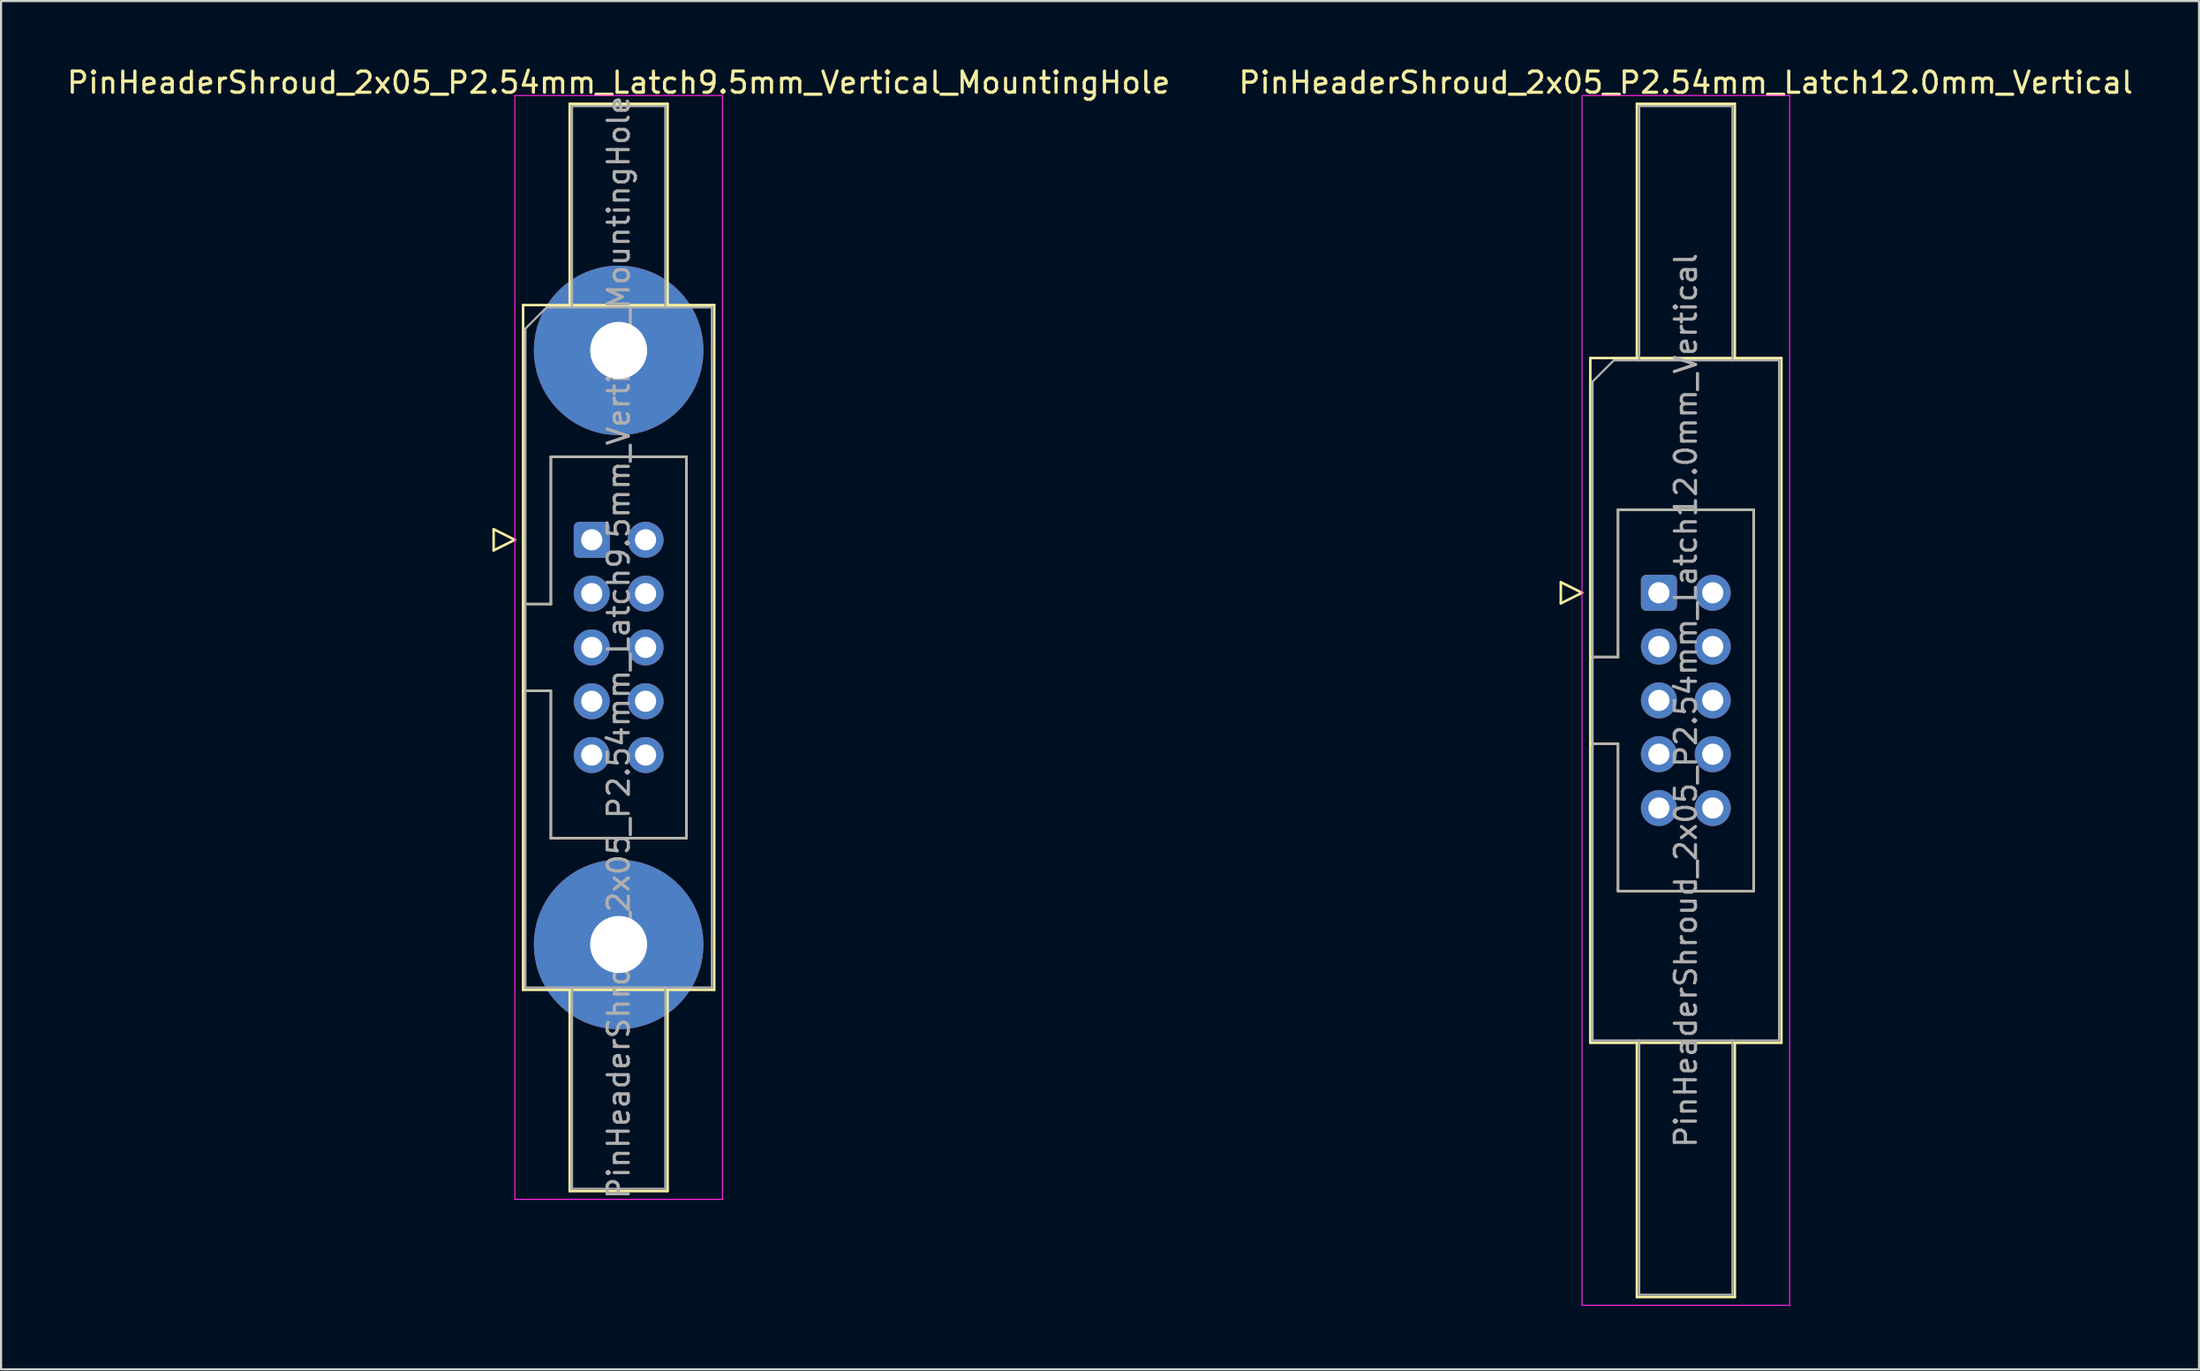
<source format=kicad_pcb>
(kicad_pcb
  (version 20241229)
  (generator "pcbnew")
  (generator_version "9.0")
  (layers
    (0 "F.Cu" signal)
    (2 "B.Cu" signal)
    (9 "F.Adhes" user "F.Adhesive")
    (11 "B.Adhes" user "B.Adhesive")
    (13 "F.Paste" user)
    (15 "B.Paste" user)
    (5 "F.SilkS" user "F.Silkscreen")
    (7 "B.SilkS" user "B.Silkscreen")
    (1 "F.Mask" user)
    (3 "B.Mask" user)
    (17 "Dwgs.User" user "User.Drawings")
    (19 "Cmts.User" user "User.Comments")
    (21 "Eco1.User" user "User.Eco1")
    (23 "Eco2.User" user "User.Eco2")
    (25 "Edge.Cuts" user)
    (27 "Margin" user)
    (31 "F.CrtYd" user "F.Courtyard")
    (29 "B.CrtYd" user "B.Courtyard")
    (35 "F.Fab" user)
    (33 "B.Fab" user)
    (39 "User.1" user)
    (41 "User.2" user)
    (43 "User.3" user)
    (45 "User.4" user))
  (footprint "PinHeaderShroud_2x05_P2.54mm_Latch9.5mm_Vertical_MountingHole"
    (layer "F.Cu")
    (at 24.879 22.428)
    (property "Reference" "PinHeaderShroud_2x05_P2.54mm_Latch9.5mm_Vertical_MountingHole" (at 1.27 -21.58 0) (layer "F.SilkS") (effects (font (size 1 1) (thickness 0.15))))
    (attr through_hole)
    (fp_line (start -4.63 -0.5) (end -4.63 0.5) (stroke (width 0.12) (type solid)) (layer "F.SilkS"))
    (fp_line (start -4.63 0.5) (end -3.63 0) (stroke (width 0.12) (type solid)) (layer "F.SilkS"))
    (fp_line (start -3.63 0) (end -4.63 -0.5) (stroke (width 0.12) (type solid)) (layer "F.SilkS"))
    (fp_line (start -3.24 -11.08) (end 5.78 -11.08) (stroke (width 0.12) (type solid)) (layer "F.SilkS"))
    (fp_line (start -3.24 3.03) (end -1.93 3.03) (stroke (width 0.12) (type solid)) (layer "F.SilkS"))
    (fp_line (start -3.24 7.13) (end -1.93 7.13) (stroke (width 0.12) (type solid)) (layer "F.SilkS"))
    (fp_line (start -3.24 21.24) (end -3.24 -11.08) (stroke (width 0.12) (type solid)) (layer "F.SilkS"))
    (fp_line (start -1.93 -3.92) (end 4.47 -3.92) (stroke (width 0.12) (type solid)) (layer "F.SilkS"))
    (fp_line (start -1.93 3.03) (end -1.93 -3.92) (stroke (width 0.12) (type solid)) (layer "F.SilkS"))
    (fp_line (start -1.93 14.08) (end -1.93 7.13) (stroke (width 0.12) (type solid)) (layer "F.SilkS"))
    (fp_line (start -1.04 -20.58) (end 3.58 -20.58) (stroke (width 0.12) (type solid)) (layer "F.SilkS"))
    (fp_line (start -1.04 -11.08) (end -1.04 -20.58) (stroke (width 0.12) (type solid)) (layer "F.SilkS"))
    (fp_line (start -1.04 21.24) (end -1.04 30.74) (stroke (width 0.12) (type solid)) (layer "F.SilkS"))
    (fp_line (start -1.04 30.74) (end 3.58 30.74) (stroke (width 0.12) (type solid)) (layer "F.SilkS"))
    (fp_line (start 3.58 -20.58) (end 3.58 -11.08) (stroke (width 0.12) (type solid)) (layer "F.SilkS"))
    (fp_line (start 3.58 30.74) (end 3.58 21.24) (stroke (width 0.12) (type solid)) (layer "F.SilkS"))
    (fp_line (start 4.47 -3.92) (end 4.47 14.08) (stroke (width 0.12) (type solid)) (layer "F.SilkS"))
    (fp_line (start 4.47 14.08) (end -1.93 14.08) (stroke (width 0.12) (type solid)) (layer "F.SilkS"))
    (fp_line (start 5.78 -11.08) (end 5.78 21.24) (stroke (width 0.12) (type solid)) (layer "F.SilkS"))
    (fp_line (start 5.78 21.24) (end -3.24 21.24) (stroke (width 0.12) (type solid)) (layer "F.SilkS"))
    (fp_line (start -3.63 -20.97) (end -3.63 31.13) (stroke (width 0.05) (type solid)) (layer "F.CrtYd"))
    (fp_line (start -3.63 31.13) (end 6.17 31.13) (stroke (width 0.05) (type solid)) (layer "F.CrtYd"))
    (fp_line (start 6.17 -20.97) (end -3.63 -20.97) (stroke (width 0.05) (type solid)) (layer "F.CrtYd"))
    (fp_line (start 6.17 31.13) (end 6.17 -20.97) (stroke (width 0.05) (type solid)) (layer "F.CrtYd"))
    (fp_line (start -3.13 -9.97) (end -2.13 -10.97) (stroke (width 0.1) (type solid)) (layer "F.Fab"))
    (fp_line (start -3.13 3.03) (end -1.93 3.03) (stroke (width 0.1) (type solid)) (layer "F.Fab"))
    (fp_line (start -3.13 7.13) (end -1.93 7.13) (stroke (width 0.1) (type solid)) (layer "F.Fab"))
    (fp_line (start -3.13 21.13) (end -3.13 -9.97) (stroke (width 0.1) (type solid)) (layer "F.Fab"))
    (fp_line (start -2.13 -10.97) (end 5.67 -10.97) (stroke (width 0.1) (type solid)) (layer "F.Fab"))
    (fp_line (start -1.93 -3.92) (end 4.47 -3.92) (stroke (width 0.1) (type solid)) (layer "F.Fab"))
    (fp_line (start -1.93 3.03) (end -1.93 -3.92) (stroke (width 0.1) (type solid)) (layer "F.Fab"))
    (fp_line (start -1.93 14.08) (end -1.93 7.13) (stroke (width 0.1) (type solid)) (layer "F.Fab"))
    (fp_line (start -0.93 -20.47) (end 3.47 -20.47) (stroke (width 0.1) (type solid)) (layer "F.Fab"))
    (fp_line (start -0.93 -10.97) (end -0.93 -20.47) (stroke (width 0.1) (type solid)) (layer "F.Fab"))
    (fp_line (start -0.93 21.13) (end -0.93 30.63) (stroke (width 0.1) (type solid)) (layer "F.Fab"))
    (fp_line (start -0.93 30.63) (end 3.47 30.63) (stroke (width 0.1) (type solid)) (layer "F.Fab"))
    (fp_line (start 3.47 -20.47) (end 3.47 -10.97) (stroke (width 0.1) (type solid)) (layer "F.Fab"))
    (fp_line (start 3.47 30.63) (end 3.47 21.13) (stroke (width 0.1) (type solid)) (layer "F.Fab"))
    (fp_line (start 4.47 -3.92) (end 4.47 14.08) (stroke (width 0.1) (type solid)) (layer "F.Fab"))
    (fp_line (start 4.47 14.08) (end -1.93 14.08) (stroke (width 0.1) (type solid)) (layer "F.Fab"))
    (fp_line (start 5.67 -10.97) (end 5.67 21.13) (stroke (width 0.1) (type solid)) (layer "F.Fab"))
    (fp_line (start 5.67 21.13) (end -3.13 21.13) (stroke (width 0.1) (type solid)) (layer "F.Fab"))
    (fp_text user "${REFERENCE}" (at 1.27 5.08 90) (layer "F.Fab") (effects (font (size 1 1) (thickness 0.15))))
    (pad "" thru_hole circle (at 1.27 -8.94) (size 8 8) (drill 2.69) (layers "*.Cu" "*.Mask"))
    (pad "" thru_hole circle (at 1.27 19.1) (size 8 8) (drill 2.69) (layers "*.Cu" "*.Mask"))
    (pad "1" thru_hole roundrect (at 0 0) (size 1.7 1.7) (drill 1) (layers "*.Cu" "*.Mask") (roundrect_rratio 0.147))
    (pad "2" thru_hole circle (at 2.54 0) (size 1.7 1.7) (drill 1) (layers "*.Cu" "*.Mask"))
    (pad "3" thru_hole circle (at 0 2.54) (size 1.7 1.7) (drill 1) (layers "*.Cu" "*.Mask"))
    (pad "4" thru_hole circle (at 2.54 2.54) (size 1.7 1.7) (drill 1) (layers "*.Cu" "*.Mask"))
    (pad "5" thru_hole circle (at 0 5.08) (size 1.7 1.7) (drill 1) (layers "*.Cu" "*.Mask"))
    (pad "6" thru_hole circle (at 2.54 5.08) (size 1.7 1.7) (drill 1) (layers "*.Cu" "*.Mask"))
    (pad "7" thru_hole circle (at 0 7.62) (size 1.7 1.7) (drill 1) (layers "*.Cu" "*.Mask"))
    (pad "8" thru_hole circle (at 2.54 7.62) (size 1.7 1.7) (drill 1) (layers "*.Cu" "*.Mask"))
    (pad "9" thru_hole circle (at 0 10.16) (size 1.7 1.7) (drill 1) (layers "*.Cu" "*.Mask"))
    (pad "10" thru_hole circle (at 2.54 10.16) (size 1.7 1.7) (drill 1) (layers "*.Cu" "*.Mask")))
  (footprint "PinHeaderShroud_2x05_P2.54mm_Latch12.0mm_Vertical"
    (layer "F.Cu")
    (at 75.248 24.928)
    (property "Reference" "PinHeaderShroud_2x05_P2.54mm_Latch12.0mm_Vertical" (at 1.27 -24.08 0) (layer "F.SilkS") (effects (font (size 1 1) (thickness 0.15))))
    (attr through_hole)
    (fp_line (start -4.63 -0.5) (end -4.63 0.5) (stroke (width 0.12) (type solid)) (layer "F.SilkS"))
    (fp_line (start -4.63 0.5) (end -3.63 0) (stroke (width 0.12) (type solid)) (layer "F.SilkS"))
    (fp_line (start -3.63 0) (end -4.63 -0.5) (stroke (width 0.12) (type solid)) (layer "F.SilkS"))
    (fp_line (start -3.24 -11.08) (end 5.78 -11.08) (stroke (width 0.12) (type solid)) (layer "F.SilkS"))
    (fp_line (start -3.24 3.03) (end -1.93 3.03) (stroke (width 0.12) (type solid)) (layer "F.SilkS"))
    (fp_line (start -3.24 7.13) (end -1.93 7.13) (stroke (width 0.12) (type solid)) (layer "F.SilkS"))
    (fp_line (start -3.24 21.24) (end -3.24 -11.08) (stroke (width 0.12) (type solid)) (layer "F.SilkS"))
    (fp_line (start -1.93 -3.92) (end 4.47 -3.92) (stroke (width 0.12) (type solid)) (layer "F.SilkS"))
    (fp_line (start -1.93 3.03) (end -1.93 -3.92) (stroke (width 0.12) (type solid)) (layer "F.SilkS"))
    (fp_line (start -1.93 14.08) (end -1.93 7.13) (stroke (width 0.12) (type solid)) (layer "F.SilkS"))
    (fp_line (start -1.04 -23.08) (end 3.58 -23.08) (stroke (width 0.12) (type solid)) (layer "F.SilkS"))
    (fp_line (start -1.04 -11.08) (end -1.04 -23.08) (stroke (width 0.12) (type solid)) (layer "F.SilkS"))
    (fp_line (start -1.04 21.24) (end -1.04 33.24) (stroke (width 0.12) (type solid)) (layer "F.SilkS"))
    (fp_line (start -1.04 33.24) (end 3.58 33.24) (stroke (width 0.12) (type solid)) (layer "F.SilkS"))
    (fp_line (start 3.58 -23.08) (end 3.58 -11.08) (stroke (width 0.12) (type solid)) (layer "F.SilkS"))
    (fp_line (start 3.58 33.24) (end 3.58 21.24) (stroke (width 0.12) (type solid)) (layer "F.SilkS"))
    (fp_line (start 4.47 -3.92) (end 4.47 14.08) (stroke (width 0.12) (type solid)) (layer "F.SilkS"))
    (fp_line (start 4.47 14.08) (end -1.93 14.08) (stroke (width 0.12) (type solid)) (layer "F.SilkS"))
    (fp_line (start 5.78 -11.08) (end 5.78 21.24) (stroke (width 0.12) (type solid)) (layer "F.SilkS"))
    (fp_line (start 5.78 21.24) (end -3.24 21.24) (stroke (width 0.12) (type solid)) (layer "F.SilkS"))
    (fp_line (start -3.63 -23.47) (end -3.63 33.63) (stroke (width 0.05) (type solid)) (layer "F.CrtYd"))
    (fp_line (start -3.63 33.63) (end 6.17 33.63) (stroke (width 0.05) (type solid)) (layer "F.CrtYd"))
    (fp_line (start 6.17 -23.47) (end -3.63 -23.47) (stroke (width 0.05) (type solid)) (layer "F.CrtYd"))
    (fp_line (start 6.17 33.63) (end 6.17 -23.47) (stroke (width 0.05) (type solid)) (layer "F.CrtYd"))
    (fp_line (start -3.13 -9.97) (end -2.13 -10.97) (stroke (width 0.1) (type solid)) (layer "F.Fab"))
    (fp_line (start -3.13 3.03) (end -1.93 3.03) (stroke (width 0.1) (type solid)) (layer "F.Fab"))
    (fp_line (start -3.13 7.13) (end -1.93 7.13) (stroke (width 0.1) (type solid)) (layer "F.Fab"))
    (fp_line (start -3.13 21.13) (end -3.13 -9.97) (stroke (width 0.1) (type solid)) (layer "F.Fab"))
    (fp_line (start -2.13 -10.97) (end 5.67 -10.97) (stroke (width 0.1) (type solid)) (layer "F.Fab"))
    (fp_line (start -1.93 -3.92) (end 4.47 -3.92) (stroke (width 0.1) (type solid)) (layer "F.Fab"))
    (fp_line (start -1.93 3.03) (end -1.93 -3.92) (stroke (width 0.1) (type solid)) (layer "F.Fab"))
    (fp_line (start -1.93 14.08) (end -1.93 7.13) (stroke (width 0.1) (type solid)) (layer "F.Fab"))
    (fp_line (start -0.93 -22.97) (end 3.47 -22.97) (stroke (width 0.1) (type solid)) (layer "F.Fab"))
    (fp_line (start -0.93 -10.97) (end -0.93 -22.97) (stroke (width 0.1) (type solid)) (layer "F.Fab"))
    (fp_line (start -0.93 21.13) (end -0.93 33.13) (stroke (width 0.1) (type solid)) (layer "F.Fab"))
    (fp_line (start -0.93 33.13) (end 3.47 33.13) (stroke (width 0.1) (type solid)) (layer "F.Fab"))
    (fp_line (start 3.47 -22.97) (end 3.47 -10.97) (stroke (width 0.1) (type solid)) (layer "F.Fab"))
    (fp_line (start 3.47 33.13) (end 3.47 21.13) (stroke (width 0.1) (type solid)) (layer "F.Fab"))
    (fp_line (start 4.47 -3.92) (end 4.47 14.08) (stroke (width 0.1) (type solid)) (layer "F.Fab"))
    (fp_line (start 4.47 14.08) (end -1.93 14.08) (stroke (width 0.1) (type solid)) (layer "F.Fab"))
    (fp_line (start 5.67 -10.97) (end 5.67 21.13) (stroke (width 0.1) (type solid)) (layer "F.Fab"))
    (fp_line (start 5.67 21.13) (end -3.13 21.13) (stroke (width 0.1) (type solid)) (layer "F.Fab"))
    (fp_text user "${REFERENCE}" (at 1.27 5.08 90) (layer "F.Fab") (effects (font (size 1 1) (thickness 0.15))))
    (pad "1" thru_hole roundrect (at 0 0) (size 1.7 1.7) (drill 1) (layers "*.Cu" "*.Mask") (roundrect_rratio 0.147))
    (pad "2" thru_hole circle (at 2.54 0) (size 1.7 1.7) (drill 1) (layers "*.Cu" "*.Mask"))
    (pad "3" thru_hole circle (at 0 2.54) (size 1.7 1.7) (drill 1) (layers "*.Cu" "*.Mask"))
    (pad "4" thru_hole circle (at 2.54 2.54) (size 1.7 1.7) (drill 1) (layers "*.Cu" "*.Mask"))
    (pad "5" thru_hole circle (at 0 5.08) (size 1.7 1.7) (drill 1) (layers "*.Cu" "*.Mask"))
    (pad "6" thru_hole circle (at 2.54 5.08) (size 1.7 1.7) (drill 1) (layers "*.Cu" "*.Mask"))
    (pad "7" thru_hole circle (at 0 7.62) (size 1.7 1.7) (drill 1) (layers "*.Cu" "*.Mask"))
    (pad "8" thru_hole circle (at 2.54 7.62) (size 1.7 1.7) (drill 1) (layers "*.Cu" "*.Mask"))
    (pad "9" thru_hole circle (at 0 10.16) (size 1.7 1.7) (drill 1) (layers "*.Cu" "*.Mask"))
    (pad "10" thru_hole circle (at 2.54 10.16) (size 1.7 1.7) (drill 1) (layers "*.Cu" "*.Mask")))
  (gr_rect
    (start -3 -3)
    (end 100.738 61.583)
    (stroke (width 0.1) (type default))
    (fill no)
    (layer "Edge.Cuts")))
</source>
